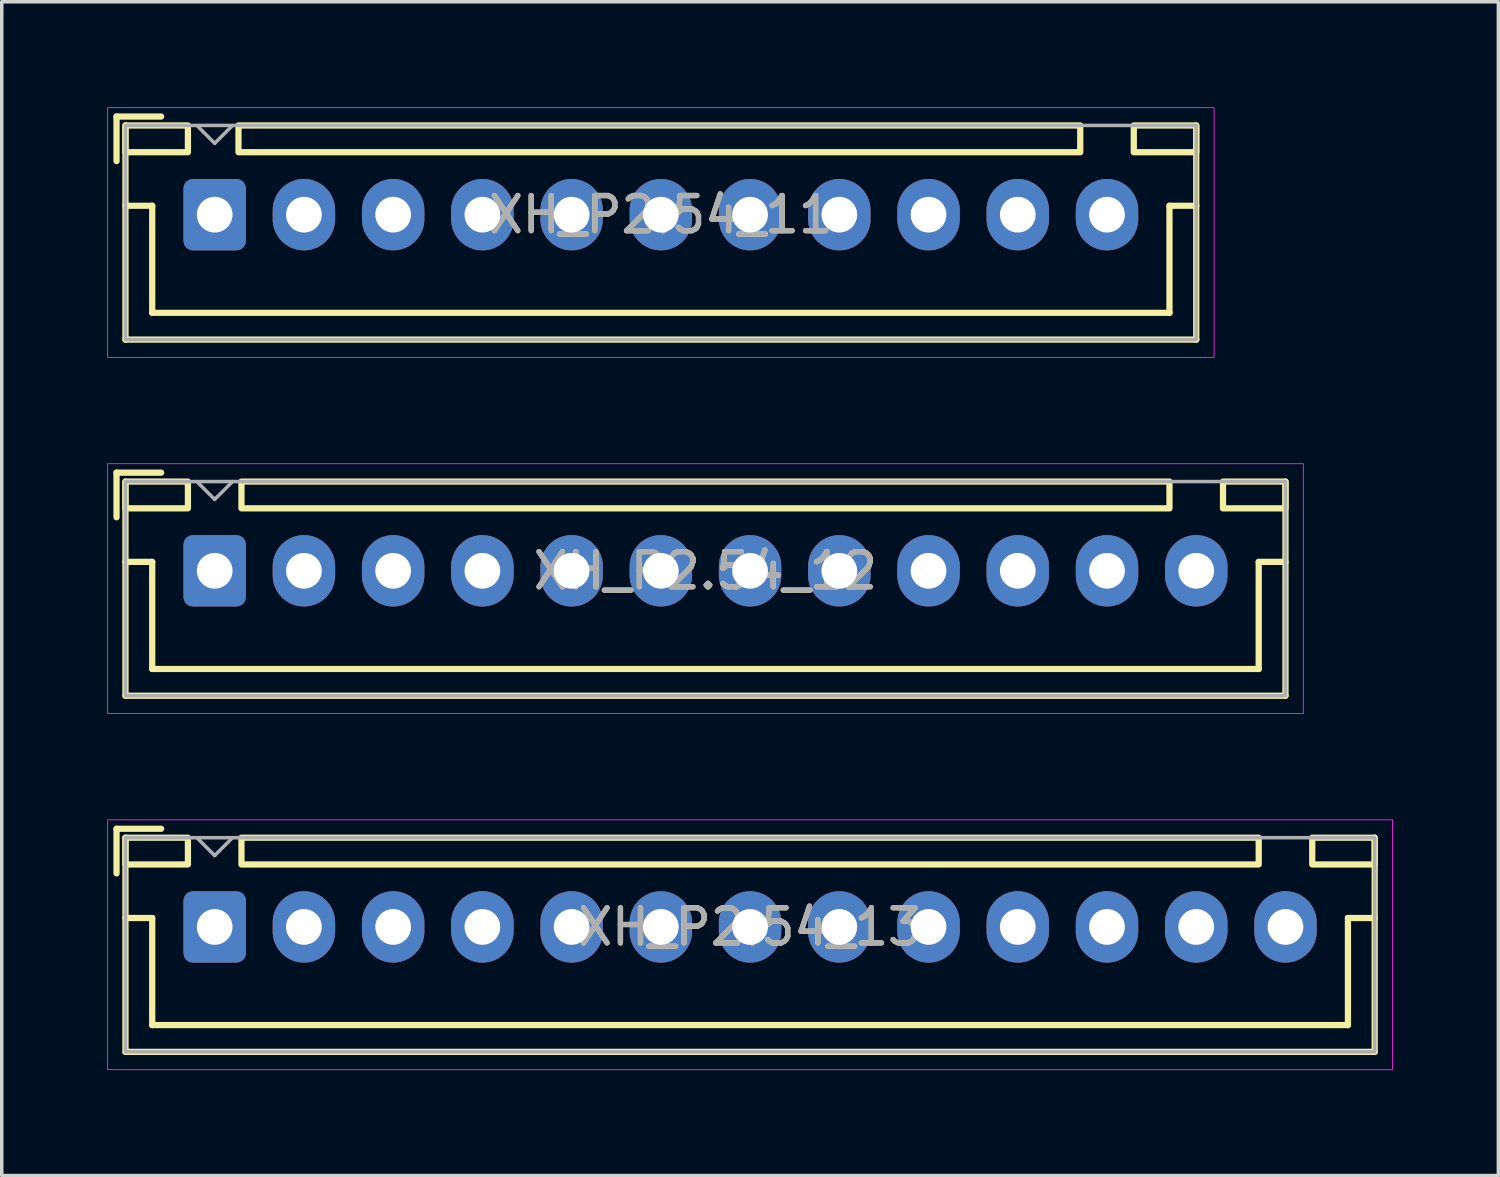
<source format=kicad_pcb>
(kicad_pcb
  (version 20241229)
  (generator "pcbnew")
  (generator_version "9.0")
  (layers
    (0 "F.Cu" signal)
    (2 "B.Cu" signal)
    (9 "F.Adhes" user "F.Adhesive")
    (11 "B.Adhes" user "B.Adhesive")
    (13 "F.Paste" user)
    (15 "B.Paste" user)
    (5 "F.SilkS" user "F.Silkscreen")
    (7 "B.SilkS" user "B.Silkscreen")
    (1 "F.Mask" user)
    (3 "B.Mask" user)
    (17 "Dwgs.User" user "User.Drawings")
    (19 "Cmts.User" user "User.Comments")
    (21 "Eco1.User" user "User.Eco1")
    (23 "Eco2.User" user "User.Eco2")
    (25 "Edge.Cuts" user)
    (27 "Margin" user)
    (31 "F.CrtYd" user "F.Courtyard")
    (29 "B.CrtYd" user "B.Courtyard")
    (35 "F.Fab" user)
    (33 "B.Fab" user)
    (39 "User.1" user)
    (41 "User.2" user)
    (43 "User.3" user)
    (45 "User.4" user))
  (footprint "XH_P2.54_11"
    (layer "F.Cu")
    (at 15.761 3.061)
    (property "Reference" "XH_P2.54_11" (at 0 0 0) (layer "F.SilkS") (effects (font (size 1 1) (thickness 0.15))))
    (attr through_hole)
    (fp_line (start -15.494 -2.794) (end -14.224 -2.794) (stroke (width 0.178) (type solid)) (layer "F.SilkS"))
    (fp_line (start -15.494 -1.524) (end -15.494 -2.794) (stroke (width 0.178) (type solid)) (layer "F.SilkS"))
    (fp_line (start -15.24 -2.54) (end -15.24 3.556) (stroke (width 0.178) (type solid)) (layer "F.SilkS"))
    (fp_line (start -15.24 -0.254) (end -14.478 -0.254) (stroke (width 0.178) (type solid)) (layer "F.SilkS"))
    (fp_line (start -15.24 3.556) (end 15.24 3.556) (stroke (width 0.178) (type solid)) (layer "F.SilkS"))
    (fp_line (start -14.478 -0.254) (end -14.478 2.794) (stroke (width 0.178) (type solid)) (layer "F.SilkS"))
    (fp_line (start -14.478 2.794) (end 14.478 2.794) (stroke (width 0.178) (type solid)) (layer "F.SilkS"))
    (fp_line (start 14.478 -0.254) (end 14.478 2.794) (stroke (width 0.178) (type solid)) (layer "F.SilkS"))
    (fp_line (start 14.478 -0.254) (end 15.24 -0.254) (stroke (width 0.178) (type solid)) (layer "F.SilkS"))
    (fp_line (start 15.24 -2.54) (end 15.24 3.556) (stroke (width 0.178) (type solid)) (layer "F.SilkS"))
    (fp_rect (start -13.462 -1.778) (end -15.24 -2.54) (stroke (width 0.178) (type solid)) (fill no) (layer "F.SilkS"))
    (fp_rect (start -12.022 -2.54) (end 11.938 -1.778) (stroke (width 0.178) (type solid)) (fill no) (layer "F.SilkS"))
    (fp_rect (start 13.462 -2.54) (end 15.24 -1.778) (stroke (width 0.178) (type solid)) (fill no) (layer "F.SilkS"))
    (fp_rect (start -15.748 -3.048) (end 15.748 4.064) (stroke (width 0.025) (type solid)) (fill no) (layer "F.CrtYd"))
    (fp_line (start -13.208 -2.54) (end -12.7 -2.032) (stroke (width 0.1) (type solid)) (layer "F.Fab"))
    (fp_line (start -12.192 -2.54) (end -12.7 -2.032) (stroke (width 0.1) (type solid)) (layer "F.Fab"))
    (fp_rect (start -15.24 -2.54) (end 15.24 3.556) (stroke (width 0.1) (type solid)) (fill no) (layer "F.Fab"))
    (fp_text user "${REFERENCE}" (at 0 0 0) (layer "F.Fab") (effects (font (size 1 1) (thickness 0.15))))
    (pad "1" thru_hole roundrect (at -12.7 0) (size 1.778 2.032) (drill 1.016) (layers "*.Cu" "*.Mask") (roundrect_rratio 0.15))
    (pad "2" thru_hole oval (at -10.16 0) (size 1.778 2.032) (drill 1.016) (layers "*.Cu" "*.Mask"))
    (pad "3" thru_hole oval (at -7.62 0) (size 1.778 2.032) (drill 1.016) (layers "*.Cu" "*.Mask"))
    (pad "4" thru_hole oval (at -5.08 0) (size 1.778 2.032) (drill 1.016) (layers "*.Cu" "*.Mask"))
    (pad "5" thru_hole oval (at -2.54 0) (size 1.778 2.032) (drill 1.016) (layers "*.Cu" "*.Mask"))
    (pad "6" thru_hole oval (at 0 0) (size 1.778 2.032) (drill 1.016) (layers "*.Cu" "*.Mask"))
    (pad "7" thru_hole oval (at 2.54 0) (size 1.778 2.032) (drill 1.016) (layers "*.Cu" "*.Mask"))
    (pad "8" thru_hole oval (at 5.08 0) (size 1.778 2.032) (drill 1.016) (layers "*.Cu" "*.Mask"))
    (pad "9" thru_hole oval (at 7.62 0) (size 1.778 2.032) (drill 1.016) (layers "*.Cu" "*.Mask"))
    (pad "10" thru_hole oval (at 10.16 0) (size 1.778 2.032) (drill 1.016) (layers "*.Cu" "*.Mask"))
    (pad "11" thru_hole oval (at 12.7 0) (size 1.778 2.032) (drill 1.016) (layers "*.Cu" "*.Mask")))
  (footprint "XH_P2.54_13"
    (layer "F.Cu")
    (at 18.301 23.335)
    (property "Reference" "XH_P2.54_13" (at 0 0 0) (layer "F.SilkS") (effects (font (size 1 1) (thickness 0.15))))
    (attr through_hole)
    (fp_line (start -18.034 -2.794) (end -16.764 -2.794) (stroke (width 0.178) (type solid)) (layer "F.SilkS"))
    (fp_line (start -18.034 -1.524) (end -18.034 -2.794) (stroke (width 0.178) (type solid)) (layer "F.SilkS"))
    (fp_line (start -17.78 -2.54) (end -17.78 3.556) (stroke (width 0.178) (type solid)) (layer "F.SilkS"))
    (fp_line (start -17.78 -0.254) (end -17.018 -0.254) (stroke (width 0.178) (type solid)) (layer "F.SilkS"))
    (fp_line (start -17.78 3.556) (end 17.78 3.556) (stroke (width 0.178) (type solid)) (layer "F.SilkS"))
    (fp_line (start -17.018 -0.254) (end -17.018 2.794) (stroke (width 0.178) (type solid)) (layer "F.SilkS"))
    (fp_line (start -17.018 2.794) (end 17.018 2.794) (stroke (width 0.178) (type solid)) (layer "F.SilkS"))
    (fp_line (start 17.018 -0.254) (end 17.018 2.794) (stroke (width 0.178) (type solid)) (layer "F.SilkS"))
    (fp_line (start 17.018 -0.254) (end 17.78 -0.254) (stroke (width 0.178) (type solid)) (layer "F.SilkS"))
    (fp_line (start 17.78 -2.54) (end 17.78 3.556) (stroke (width 0.178) (type solid)) (layer "F.SilkS"))
    (fp_rect (start -16.002 -1.778) (end -17.78 -2.54) (stroke (width 0.178) (type solid)) (fill no) (layer "F.SilkS"))
    (fp_rect (start -14.478 -2.54) (end 14.478 -1.778) (stroke (width 0.178) (type solid)) (fill no) (layer "F.SilkS"))
    (fp_rect (start 16.002 -2.54) (end 17.78 -1.778) (stroke (width 0.178) (type solid)) (fill no) (layer "F.SilkS"))
    (fp_rect (start -18.288 -3.048) (end 18.288 4.064) (stroke (width 0.025) (type solid)) (fill no) (layer "F.CrtYd"))
    (fp_line (start -15.748 -2.54) (end -15.24 -2.032) (stroke (width 0.1) (type solid)) (layer "F.Fab"))
    (fp_line (start -14.732 -2.54) (end -15.24 -2.032) (stroke (width 0.1) (type solid)) (layer "F.Fab"))
    (fp_rect (start -17.78 -2.54) (end 17.78 3.556) (stroke (width 0.1) (type solid)) (fill no) (layer "F.Fab"))
    (fp_text user "${REFERENCE}" (at 0 0 0) (layer "F.Fab") (effects (font (size 1 1) (thickness 0.15))))
    (pad "1" thru_hole roundrect (at -15.24 0) (size 1.778 2.032) (drill 1.016) (layers "*.Cu" "*.Mask") (roundrect_rratio 0.15))
    (pad "2" thru_hole oval (at -12.7 0) (size 1.778 2.032) (drill 1.016) (layers "*.Cu" "*.Mask"))
    (pad "3" thru_hole oval (at -10.16 0) (size 1.778 2.032) (drill 1.016) (layers "*.Cu" "*.Mask"))
    (pad "4" thru_hole oval (at -7.62 0) (size 1.778 2.032) (drill 1.016) (layers "*.Cu" "*.Mask"))
    (pad "5" thru_hole oval (at -5.08 0) (size 1.778 2.032) (drill 1.016) (layers "*.Cu" "*.Mask"))
    (pad "6" thru_hole oval (at -2.54 0) (size 1.778 2.032) (drill 1.016) (layers "*.Cu" "*.Mask"))
    (pad "7" thru_hole oval (at 0 0) (size 1.778 2.032) (drill 1.016) (layers "*.Cu" "*.Mask"))
    (pad "8" thru_hole oval (at 2.54 0) (size 1.778 2.032) (drill 1.016) (layers "*.Cu" "*.Mask"))
    (pad "9" thru_hole oval (at 5.08 0) (size 1.778 2.032) (drill 1.016) (layers "*.Cu" "*.Mask"))
    (pad "10" thru_hole oval (at 7.62 0) (size 1.778 2.032) (drill 1.016) (layers "*.Cu" "*.Mask"))
    (pad "11" thru_hole oval (at 10.16 0) (size 1.778 2.032) (drill 1.016) (layers "*.Cu" "*.Mask"))
    (pad "12" thru_hole oval (at 12.7 0) (size 1.778 2.032) (drill 1.016) (layers "*.Cu" "*.Mask"))
    (pad "13" thru_hole oval (at 15.24 0) (size 1.778 2.032) (drill 1.016) (layers "*.Cu" "*.Mask")))
  (footprint "XH_P2.54_12"
    (layer "F.Cu")
    (at 17.031 13.198)
    (property "Reference" "XH_P2.54_12" (at 0 0 0) (layer "F.SilkS") (effects (font (size 1 1) (thickness 0.15))))
    (attr through_hole)
    (fp_line (start -16.764 -2.794) (end -15.494 -2.794) (stroke (width 0.178) (type solid)) (layer "F.SilkS"))
    (fp_line (start -16.764 -1.524) (end -16.764 -2.794) (stroke (width 0.178) (type solid)) (layer "F.SilkS"))
    (fp_line (start -16.51 -2.54) (end -16.51 3.556) (stroke (width 0.178) (type solid)) (layer "F.SilkS"))
    (fp_line (start -16.51 -0.254) (end -15.748 -0.254) (stroke (width 0.178) (type solid)) (layer "F.SilkS"))
    (fp_line (start -16.51 3.556) (end 16.51 3.556) (stroke (width 0.178) (type solid)) (layer "F.SilkS"))
    (fp_line (start -15.748 -0.254) (end -15.748 2.794) (stroke (width 0.178) (type solid)) (layer "F.SilkS"))
    (fp_line (start -15.748 2.794) (end 15.748 2.794) (stroke (width 0.178) (type solid)) (layer "F.SilkS"))
    (fp_line (start 15.748 -0.254) (end 15.748 2.794) (stroke (width 0.178) (type solid)) (layer "F.SilkS"))
    (fp_line (start 15.748 -0.254) (end 16.51 -0.254) (stroke (width 0.178) (type solid)) (layer "F.SilkS"))
    (fp_line (start 16.51 -2.54) (end 16.51 3.556) (stroke (width 0.178) (type solid)) (layer "F.SilkS"))
    (fp_rect (start -14.732 -1.778) (end -16.51 -2.54) (stroke (width 0.178) (type solid)) (fill no) (layer "F.SilkS"))
    (fp_rect (start -13.208 -2.54) (end 13.208 -1.778) (stroke (width 0.178) (type solid)) (fill no) (layer "F.SilkS"))
    (fp_rect (start 14.732 -2.54) (end 16.51 -1.778) (stroke (width 0.178) (type solid)) (fill no) (layer "F.SilkS"))
    (fp_rect (start -17.018 -3.048) (end 17.018 4.064) (stroke (width 0.025) (type solid)) (fill no) (layer "F.CrtYd"))
    (fp_line (start -14.478 -2.54) (end -13.97 -2.032) (stroke (width 0.1) (type solid)) (layer "F.Fab"))
    (fp_line (start -13.462 -2.54) (end -13.97 -2.032) (stroke (width 0.1) (type solid)) (layer "F.Fab"))
    (fp_rect (start -16.51 -2.54) (end 16.51 3.556) (stroke (width 0.1) (type solid)) (fill no) (layer "F.Fab"))
    (fp_text user "${REFERENCE}" (at 0 0 0) (layer "F.Fab") (effects (font (size 1 1) (thickness 0.15))))
    (pad "1" thru_hole roundrect (at -13.97 0) (size 1.778 2.032) (drill 1.016) (layers "*.Cu" "*.Mask") (roundrect_rratio 0.15))
    (pad "2" thru_hole oval (at -11.43 0) (size 1.778 2.032) (drill 1.016) (layers "*.Cu" "*.Mask"))
    (pad "3" thru_hole oval (at -8.89 0) (size 1.778 2.032) (drill 1.016) (layers "*.Cu" "*.Mask"))
    (pad "4" thru_hole oval (at -6.35 0) (size 1.778 2.032) (drill 1.016) (layers "*.Cu" "*.Mask"))
    (pad "5" thru_hole oval (at -3.81 0) (size 1.778 2.032) (drill 1.016) (layers "*.Cu" "*.Mask"))
    (pad "6" thru_hole oval (at -1.27 0) (size 1.778 2.032) (drill 1.016) (layers "*.Cu" "*.Mask"))
    (pad "7" thru_hole oval (at 1.27 0) (size 1.778 2.032) (drill 1.016) (layers "*.Cu" "*.Mask"))
    (pad "8" thru_hole oval (at 3.81 0) (size 1.778 2.032) (drill 1.016) (layers "*.Cu" "*.Mask"))
    (pad "9" thru_hole oval (at 6.35 0) (size 1.778 2.032) (drill 1.016) (layers "*.Cu" "*.Mask"))
    (pad "10" thru_hole oval (at 8.89 0) (size 1.778 2.032) (drill 1.016) (layers "*.Cu" "*.Mask"))
    (pad "11" thru_hole oval (at 11.43 0) (size 1.778 2.032) (drill 1.016) (layers "*.Cu" "*.Mask"))
    (pad "12" thru_hole oval (at 13.97 0) (size 1.778 2.032) (drill 1.016) (layers "*.Cu" "*.Mask")))
  (gr_rect
    (start -3 -3)
    (end 39.601 30.412)
    (stroke (width 0.1) (type default))
    (fill no)
    (layer "Edge.Cuts")))
</source>
